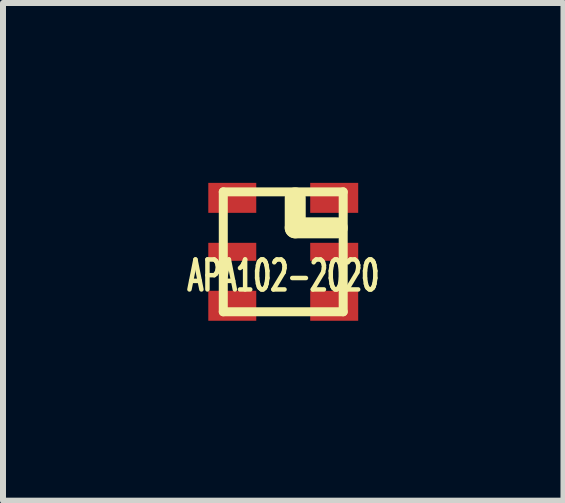
<source format=kicad_pcb>
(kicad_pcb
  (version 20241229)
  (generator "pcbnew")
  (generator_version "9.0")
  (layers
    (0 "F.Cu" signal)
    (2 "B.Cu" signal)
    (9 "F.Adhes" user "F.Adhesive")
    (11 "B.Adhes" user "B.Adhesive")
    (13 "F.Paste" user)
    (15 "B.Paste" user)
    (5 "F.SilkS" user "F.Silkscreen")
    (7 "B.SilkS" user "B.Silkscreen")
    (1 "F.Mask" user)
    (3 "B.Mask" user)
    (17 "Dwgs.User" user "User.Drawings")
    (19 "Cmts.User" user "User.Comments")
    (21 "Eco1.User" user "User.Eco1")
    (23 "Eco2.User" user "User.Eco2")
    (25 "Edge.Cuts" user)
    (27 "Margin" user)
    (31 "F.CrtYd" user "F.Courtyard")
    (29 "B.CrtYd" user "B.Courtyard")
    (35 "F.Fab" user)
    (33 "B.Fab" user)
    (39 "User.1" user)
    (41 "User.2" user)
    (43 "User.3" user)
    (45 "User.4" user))
  (footprint "APA102-2020"
    (layer "F.Cu")
    (at 1.674 1.15)
    (property "Reference" "APA102-2020" (at 0 0.4 0) (layer "F.SilkS") (effects (font (size 0.5 0.3) (thickness 0.075))))
    (attr through_hole)
    (fp_line (start -1 -1) (end 1 -1) (stroke (width 0.15) (type solid)) (layer "F.SilkS"))
    (fp_line (start -1 1) (end -1 -1) (stroke (width 0.15) (type solid)) (layer "F.SilkS"))
    (fp_line (start 0.2 -0.4) (end 0.2 -0.9) (stroke (width 0.35) (type solid)) (layer "F.SilkS"))
    (fp_line (start 0.9 -0.4) (end 0.2 -0.4) (stroke (width 0.35) (type solid)) (layer "F.SilkS"))
    (fp_line (start 1 -1) (end 1 1) (stroke (width 0.15) (type solid)) (layer "F.SilkS"))
    (fp_line (start 1 1) (end -1 1) (stroke (width 0.15) (type solid)) (layer "F.SilkS"))
    (pad "1" smd rect (at 0.85 -0.9) (size 0.8 0.5) (layers "F.Cu" "F.Mask" "F.Paste"))
    (pad "2" smd rect (at -0.85 -0.9) (size 0.8 0.5) (layers "F.Cu" "F.Mask" "F.Paste"))
    (pad "3" smd rect (at -0.85 0) (size 0.8 0.3) (layers "F.Cu" "F.Mask" "F.Paste"))
    (pad "4" smd rect (at -0.85 0.9) (size 0.8 0.5) (layers "F.Cu" "F.Mask" "F.Paste"))
    (pad "5" smd rect (at 0.85 0.9) (size 0.8 0.5) (layers "F.Cu" "F.Mask" "F.Paste"))
    (pad "6" smd rect (at 0.85 0) (size 0.8 0.3) (layers "F.Cu" "F.Mask" "F.Paste")))
  (gr_rect
    (start -3 -3)
    (end 6.348 5.3)
    (stroke (width 0.1) (type default))
    (fill no)
    (layer "Edge.Cuts")))
</source>
